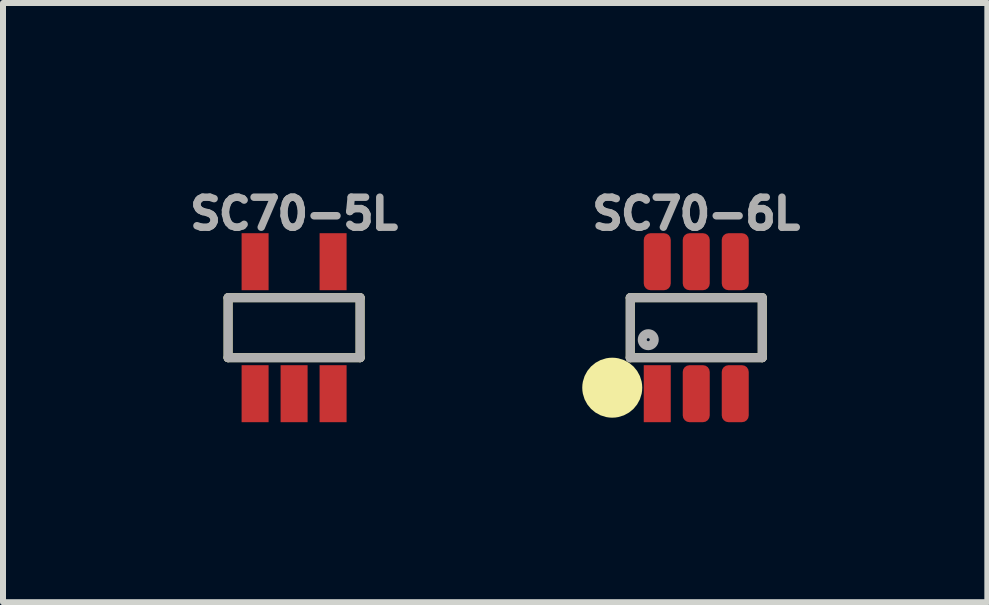
<source format=kicad_pcb>
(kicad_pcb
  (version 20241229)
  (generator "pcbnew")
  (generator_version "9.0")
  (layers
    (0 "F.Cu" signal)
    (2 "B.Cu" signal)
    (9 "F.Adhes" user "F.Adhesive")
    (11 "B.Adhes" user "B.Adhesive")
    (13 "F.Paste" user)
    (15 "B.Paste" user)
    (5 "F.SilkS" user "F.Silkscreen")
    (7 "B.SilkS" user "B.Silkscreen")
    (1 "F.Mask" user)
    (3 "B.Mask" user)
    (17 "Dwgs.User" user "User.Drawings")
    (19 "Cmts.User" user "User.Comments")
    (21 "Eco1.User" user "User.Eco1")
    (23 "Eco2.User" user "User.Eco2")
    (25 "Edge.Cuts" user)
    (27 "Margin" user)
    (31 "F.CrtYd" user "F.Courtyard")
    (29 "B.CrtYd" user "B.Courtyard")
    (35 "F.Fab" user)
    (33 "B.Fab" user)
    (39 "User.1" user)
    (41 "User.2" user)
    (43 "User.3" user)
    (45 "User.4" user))
  (footprint "SC70-6L"
    (layer "F.Cu")
    (at 8.555 2.412)
    (property "Reference" "SC70-6L" (at 0 -1.9 0) (layer "F.Fab") (effects (font (size 0.5 0.5) (thickness 0.125))))
    (attr smd)
    (fp_line (start -1.1 -0.5) (end -1.1 0.5) (stroke (width 0.15) (type solid)) (layer "F.SilkS"))
    (fp_line (start 1.1 -0.5) (end -1.1 -0.5) (stroke (width 0.15) (type solid)) (layer "F.SilkS"))
    (fp_line (start 1.1 -0.5) (end 1.1 0.5) (stroke (width 0.15) (type solid)) (layer "F.SilkS"))
    (fp_line (start 1.1 0.5) (end -1.1 0.5) (stroke (width 0.15) (type solid)) (layer "F.SilkS"))
    (fp_circle (center -1.4 1) (end -1.4 1) (stroke (width 0.5) (type solid)) (fill no) (layer "F.SilkS"))
    (fp_line (start -1.1 -0.5) (end -1.1 0.5) (stroke (width 0.15) (type solid)) (layer "F.Fab"))
    (fp_line (start 1.1 -0.5) (end -1.1 -0.5) (stroke (width 0.15) (type solid)) (layer "F.Fab"))
    (fp_line (start 1.1 -0.5) (end 1.1 0.5) (stroke (width 0.15) (type solid)) (layer "F.Fab"))
    (fp_line (start 1.1 0.5) (end -1.1 0.5) (stroke (width 0.15) (type solid)) (layer "F.Fab"))
    (fp_circle (center -0.8 0.2) (end -0.7 0.2) (stroke (width 0.15) (type solid)) (fill no) (layer "F.Fab"))
    (pad "1" smd rect (at -0.65 1.1) (size 0.45 0.95) (layers "F.Cu" "F.Mask" "F.Paste"))
    (pad "2" smd roundrect (at 0 1.1) (size 0.45 0.95) (layers "F.Cu" "F.Mask" "F.Paste") (roundrect_rratio 0.25))
    (pad "3" smd roundrect (at 0.65 1.1) (size 0.45 0.95) (layers "F.Cu" "F.Mask" "F.Paste") (roundrect_rratio 0.25))
    (pad "4" smd roundrect (at 0.65 -1.1) (size 0.45 0.95) (layers "F.Cu" "F.Mask" "F.Paste") (roundrect_rratio 0.25))
    (pad "5" smd roundrect (at 0 -1.1) (size 0.45 0.95) (layers "F.Cu" "F.Mask" "F.Paste") (roundrect_rratio 0.25))
    (pad "6" smd roundrect (at -0.65 -1.1) (size 0.45 0.95) (layers "F.Cu" "F.Mask" "F.Paste") (roundrect_rratio 0.25)))
  (footprint "SC70-5L"
    (layer "F.Cu")
    (at 1.852 2.412)
    (property "Reference" "SC70-5L" (at 0 -1.9 0) (layer "F.Fab") (effects (font (size 0.5 0.5) (thickness 0.125))))
    (attr smd)
    (fp_line (start -1.1 -0.5) (end -1.1 0.5) (stroke (width 0.15) (type solid)) (layer "F.SilkS"))
    (fp_line (start -1.1 0.5) (end 1.1 0.5) (stroke (width 0.15) (type solid)) (layer "F.SilkS"))
    (fp_line (start 1.1 -0.5) (end -1.1 -0.5) (stroke (width 0.15) (type solid)) (layer "F.SilkS"))
    (fp_line (start 1.1 -0.5) (end 1.1 0.5) (stroke (width 0.15) (type solid)) (layer "F.SilkS"))
    (fp_line (start -1.1 -0.5) (end -1.1 0.5) (stroke (width 0.15) (type solid)) (layer "F.Fab"))
    (fp_line (start -1.1 0.5) (end 1.1 0.5) (stroke (width 0.15) (type solid)) (layer "F.Fab"))
    (fp_line (start 1.1 -0.5) (end -1.1 -0.5) (stroke (width 0.15) (type solid)) (layer "F.Fab"))
    (fp_line (start 1.1 -0.5) (end 1.1 0.5) (stroke (width 0.15) (type solid)) (layer "F.Fab"))
    (pad "1" smd rect (at -0.65 1.1) (size 0.45 0.95) (layers "F.Cu" "F.Mask" "F.Paste"))
    (pad "2" smd rect (at 0 1.1) (size 0.45 0.95) (layers "F.Cu" "F.Mask" "F.Paste"))
    (pad "3" smd rect (at 0.65 1.1) (size 0.45 0.95) (layers "F.Cu" "F.Mask" "F.Paste"))
    (pad "4" smd rect (at 0.65 -1.1) (size 0.45 0.95) (layers "F.Cu" "F.Mask" "F.Paste"))
    (pad "5" smd rect (at -0.65 -1.1 180) (size 0.45 0.95) (layers "F.Cu" "F.Mask" "F.Paste")))
  (gr_rect
    (start -3 -3)
    (end 13.407 6.987)
    (stroke (width 0.1) (type default))
    (fill no)
    (layer "Edge.Cuts")))
</source>
